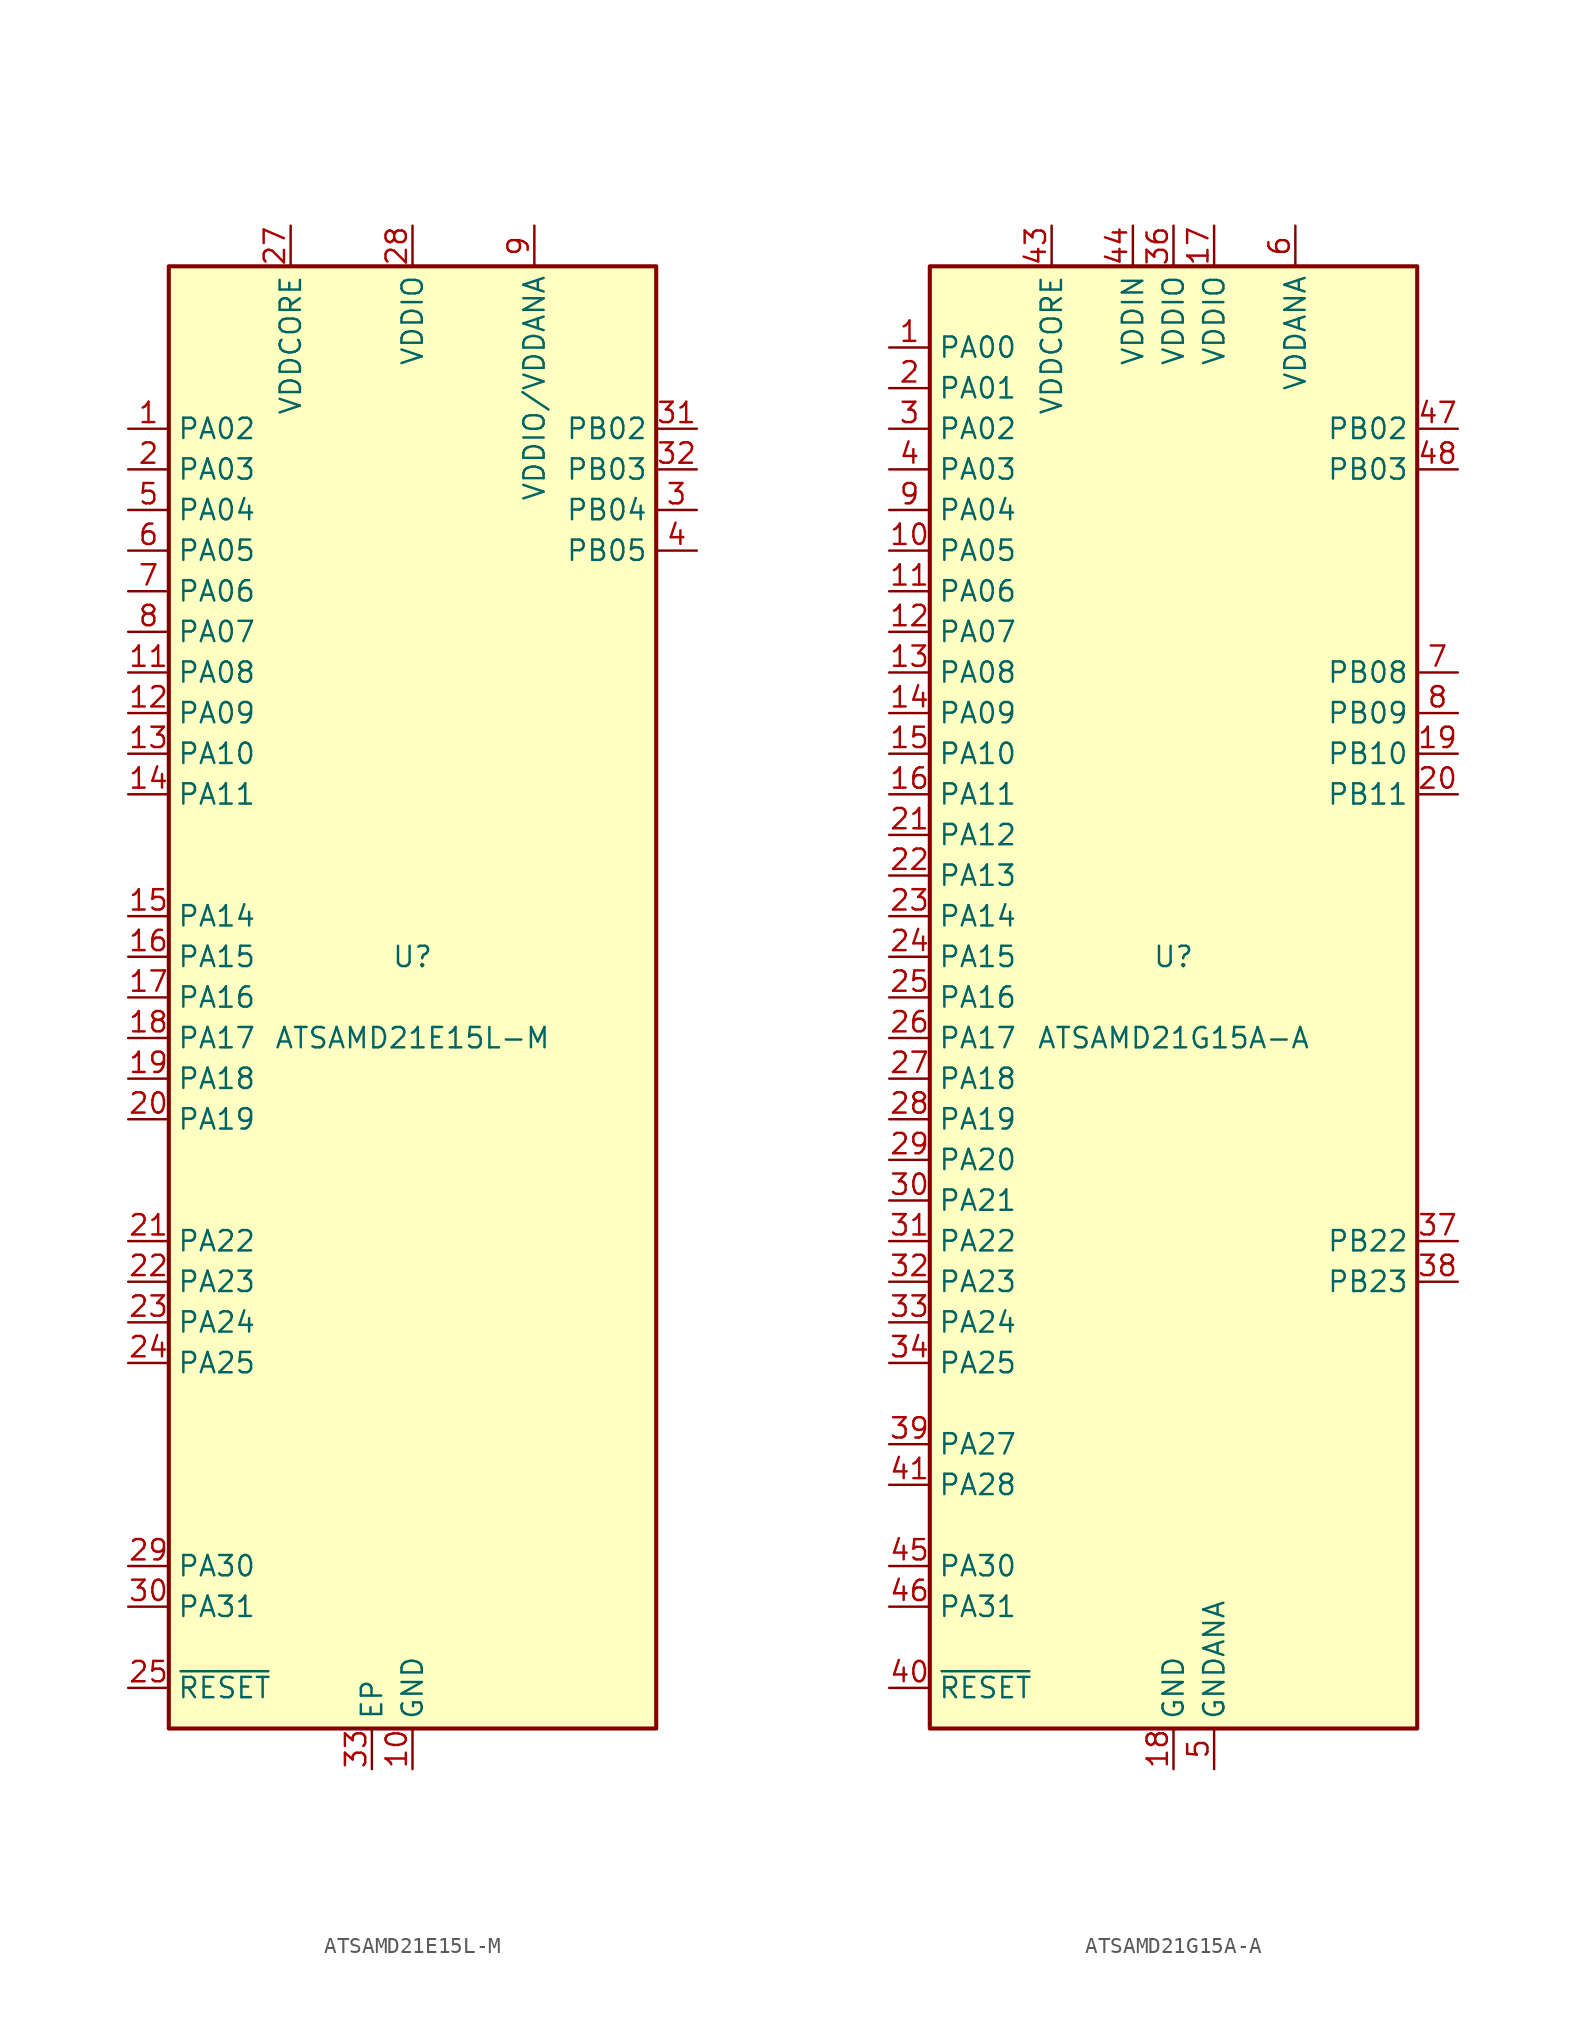
<source format=kicad_sym>
(kicad_symbol_lib
  (version 20201005)
  (generator kicad_symbol_editor)
  (symbol "MCU_Microchip_SAMD:ATSAMD21E15L-M"
    (property "Reference" "U"
      (at 0 2.54 0)
      (effects (font (size 1.27 1.27))))
    (property "Value" "ATSAMD21E15L-M"
      (at 0 -2.54 0)
      (effects (font (size 1.27 1.27))))
    (symbol "ATSAMD21E15L-M_1_1"
      (rectangle (start -15.24 45.72) (end 15.24 -45.72) (stroke (width 0.254)) (fill (type background)))
      (pin bidirectional line (at -17.78 35.56 0) (length 2.54) (name "PA02" (effects (font (size 1.27 1.27)))) (number "1" (effects (font (size 1.27 1.27)))))
      (pin power_in line (at 0 -48.26 90) (length 2.54) (name "GND" (effects (font (size 1.27 1.27)))) (number "10" (effects (font (size 1.27 1.27)))))
      (pin bidirectional line (at -17.78 20.32 0) (length 2.54) (name "PA08" (effects (font (size 1.27 1.27)))) (number "11" (effects (font (size 1.27 1.27)))))
      (pin bidirectional line (at -17.78 17.78 0) (length 2.54) (name "PA09" (effects (font (size 1.27 1.27)))) (number "12" (effects (font (size 1.27 1.27)))))
      (pin bidirectional line (at -17.78 15.24 0) (length 2.54) (name "PA10" (effects (font (size 1.27 1.27)))) (number "13" (effects (font (size 1.27 1.27)))))
      (pin bidirectional line (at -17.78 12.7 0) (length 2.54) (name "PA11" (effects (font (size 1.27 1.27)))) (number "14" (effects (font (size 1.27 1.27)))))
      (pin bidirectional line (at -17.78 5.08 0) (length 2.54) (name "PA14" (effects (font (size 1.27 1.27)))) (number "15" (effects (font (size 1.27 1.27)))))
      (pin bidirectional line (at -17.78 2.54 0) (length 2.54) (name "PA15" (effects (font (size 1.27 1.27)))) (number "16" (effects (font (size 1.27 1.27)))))
      (pin bidirectional line (at -17.78 0 0) (length 2.54) (name "PA16" (effects (font (size 1.27 1.27)))) (number "17" (effects (font (size 1.27 1.27)))))
      (pin bidirectional line (at -17.78 -2.54 0) (length 2.54) (name "PA17" (effects (font (size 1.27 1.27)))) (number "18" (effects (font (size 1.27 1.27)))))
      (pin bidirectional line (at -17.78 -5.08 0) (length 2.54) (name "PA18" (effects (font (size 1.27 1.27)))) (number "19" (effects (font (size 1.27 1.27)))))
      (pin bidirectional line (at -17.78 33.02 0) (length 2.54) (name "PA03" (effects (font (size 1.27 1.27)))) (number "2" (effects (font (size 1.27 1.27)))))
      (pin bidirectional line (at -17.78 -7.62 0) (length 2.54) (name "PA19" (effects (font (size 1.27 1.27)))) (number "20" (effects (font (size 1.27 1.27)))))
      (pin bidirectional line (at -17.78 -15.24 0) (length 2.54) (name "PA22" (effects (font (size 1.27 1.27)))) (number "21" (effects (font (size 1.27 1.27)))))
      (pin bidirectional line (at -17.78 -17.78 0) (length 2.54) (name "PA23" (effects (font (size 1.27 1.27)))) (number "22" (effects (font (size 1.27 1.27)))))
      (pin bidirectional line (at -17.78 -20.32 0) (length 2.54) (name "PA24" (effects (font (size 1.27 1.27)))) (number "23" (effects (font (size 1.27 1.27)))))
      (pin bidirectional line (at -17.78 -22.86 0) (length 2.54) (name "PA25" (effects (font (size 1.27 1.27)))) (number "24" (effects (font (size 1.27 1.27)))))
      (pin input line (at -17.78 -43.18 0) (length 2.54) (name "~RESET" (effects (font (size 1.27 1.27)))) (number "25" (effects (font (size 1.27 1.27)))))
      (pin passive line (at 0 -48.26 90) (length 2.54) hide (name "GND" (effects (font (size 1.27 1.27)))) (number "26" (effects (font (size 1.27 1.27)))))
      (pin power_out line (at -7.62 48.26 270) (length 2.54) (name "VDDCORE" (effects (font (size 1.27 1.27)))) (number "27" (effects (font (size 1.27 1.27)))))
      (pin power_in line (at 0 48.26 270) (length 2.54) (name "VDDIO" (effects (font (size 1.27 1.27)))) (number "28" (effects (font (size 1.27 1.27)))))
      (pin bidirectional line (at -17.78 -35.56 0) (length 2.54) (name "PA30" (effects (font (size 1.27 1.27)))) (number "29" (effects (font (size 1.27 1.27)))))
      (pin bidirectional line (at 17.78 30.48 180) (length 2.54) (name "PB04" (effects (font (size 1.27 1.27)))) (number "3" (effects (font (size 1.27 1.27)))))
      (pin bidirectional line (at -17.78 -38.1 0) (length 2.54) (name "PA31" (effects (font (size 1.27 1.27)))) (number "30" (effects (font (size 1.27 1.27)))))
      (pin bidirectional line (at 17.78 35.56 180) (length 2.54) (name "PB02" (effects (font (size 1.27 1.27)))) (number "31" (effects (font (size 1.27 1.27)))))
      (pin bidirectional line (at 17.78 33.02 180) (length 2.54) (name "PB03" (effects (font (size 1.27 1.27)))) (number "32" (effects (font (size 1.27 1.27)))))
      (pin passive line (at -2.54 -48.26 90) (length 2.54) (name "EP" (effects (font (size 1.27 1.27)))) (number "33" (effects (font (size 1.27 1.27)))))
      (pin bidirectional line (at 17.78 27.94 180) (length 2.54) (name "PB05" (effects (font (size 1.27 1.27)))) (number "4" (effects (font (size 1.27 1.27)))))
      (pin bidirectional line (at -17.78 30.48 0) (length 2.54) (name "PA04" (effects (font (size 1.27 1.27)))) (number "5" (effects (font (size 1.27 1.27)))))
      (pin bidirectional line (at -17.78 27.94 0) (length 2.54) (name "PA05" (effects (font (size 1.27 1.27)))) (number "6" (effects (font (size 1.27 1.27)))))
      (pin bidirectional line (at -17.78 25.4 0) (length 2.54) (name "PA06" (effects (font (size 1.27 1.27)))) (number "7" (effects (font (size 1.27 1.27)))))
      (pin bidirectional line (at -17.78 22.86 0) (length 2.54) (name "PA07" (effects (font (size 1.27 1.27)))) (number "8" (effects (font (size 1.27 1.27)))))
      (pin power_in line (at 7.62 48.26 270) (length 2.54) (name "VDDIO/VDDANA" (effects (font (size 1.27 1.27)))) (number "9" (effects (font (size 1.27 1.27)))))))
  (symbol "MCU_Microchip_SAMD:ATSAMD21G15A-A"
    (property "Reference" "U"
      (at 0 2.54 0)
      (effects (font (size 1.27 1.27))))
    (property "Value" "ATSAMD21G15A-A"
      (at 0 -2.54 0)
      (effects (font (size 1.27 1.27))))
    (symbol "ATSAMD21G15A-A_0_1"
      (rectangle (start -15.24 45.72) (end 15.24 -45.72) (stroke (width 0.254)) (fill (type background))))
    (symbol "ATSAMD21G15A-A_1_1"
      (pin bidirectional line (at -17.78 40.64 0) (length 2.54) (name "PA00" (effects (font (size 1.27 1.27)))) (number "1" (effects (font (size 1.27 1.27)))))
      (pin bidirectional line (at -17.78 27.94 0) (length 2.54) (name "PA05" (effects (font (size 1.27 1.27)))) (number "10" (effects (font (size 1.27 1.27)))))
      (pin bidirectional line (at -17.78 25.4 0) (length 2.54) (name "PA06" (effects (font (size 1.27 1.27)))) (number "11" (effects (font (size 1.27 1.27)))))
      (pin bidirectional line (at -17.78 22.86 0) (length 2.54) (name "PA07" (effects (font (size 1.27 1.27)))) (number "12" (effects (font (size 1.27 1.27)))))
      (pin bidirectional line (at -17.78 20.32 0) (length 2.54) (name "PA08" (effects (font (size 1.27 1.27)))) (number "13" (effects (font (size 1.27 1.27)))))
      (pin bidirectional line (at -17.78 17.78 0) (length 2.54) (name "PA09" (effects (font (size 1.27 1.27)))) (number "14" (effects (font (size 1.27 1.27)))))
      (pin bidirectional line (at -17.78 15.24 0) (length 2.54) (name "PA10" (effects (font (size 1.27 1.27)))) (number "15" (effects (font (size 1.27 1.27)))))
      (pin bidirectional line (at -17.78 12.7 0) (length 2.54) (name "PA11" (effects (font (size 1.27 1.27)))) (number "16" (effects (font (size 1.27 1.27)))))
      (pin power_in line (at 2.54 48.26 270) (length 2.54) (name "VDDIO" (effects (font (size 1.27 1.27)))) (number "17" (effects (font (size 1.27 1.27)))))
      (pin power_in line (at 0 -48.26 90) (length 2.54) (name "GND" (effects (font (size 1.27 1.27)))) (number "18" (effects (font (size 1.27 1.27)))))
      (pin bidirectional line (at 17.78 15.24 180) (length 2.54) (name "PB10" (effects (font (size 1.27 1.27)))) (number "19" (effects (font (size 1.27 1.27)))))
      (pin bidirectional line (at -17.78 38.1 0) (length 2.54) (name "PA01" (effects (font (size 1.27 1.27)))) (number "2" (effects (font (size 1.27 1.27)))))
      (pin bidirectional line (at 17.78 12.7 180) (length 2.54) (name "PB11" (effects (font (size 1.27 1.27)))) (number "20" (effects (font (size 1.27 1.27)))))
      (pin bidirectional line (at -17.78 10.16 0) (length 2.54) (name "PA12" (effects (font (size 1.27 1.27)))) (number "21" (effects (font (size 1.27 1.27)))))
      (pin bidirectional line (at -17.78 7.62 0) (length 2.54) (name "PA13" (effects (font (size 1.27 1.27)))) (number "22" (effects (font (size 1.27 1.27)))))
      (pin bidirectional line (at -17.78 5.08 0) (length 2.54) (name "PA14" (effects (font (size 1.27 1.27)))) (number "23" (effects (font (size 1.27 1.27)))))
      (pin bidirectional line (at -17.78 2.54 0) (length 2.54) (name "PA15" (effects (font (size 1.27 1.27)))) (number "24" (effects (font (size 1.27 1.27)))))
      (pin bidirectional line (at -17.78 0 0) (length 2.54) (name "PA16" (effects (font (size 1.27 1.27)))) (number "25" (effects (font (size 1.27 1.27)))))
      (pin bidirectional line (at -17.78 -2.54 0) (length 2.54) (name "PA17" (effects (font (size 1.27 1.27)))) (number "26" (effects (font (size 1.27 1.27)))))
      (pin bidirectional line (at -17.78 -5.08 0) (length 2.54) (name "PA18" (effects (font (size 1.27 1.27)))) (number "27" (effects (font (size 1.27 1.27)))))
      (pin bidirectional line (at -17.78 -7.62 0) (length 2.54) (name "PA19" (effects (font (size 1.27 1.27)))) (number "28" (effects (font (size 1.27 1.27)))))
      (pin bidirectional line (at -17.78 -10.16 0) (length 2.54) (name "PA20" (effects (font (size 1.27 1.27)))) (number "29" (effects (font (size 1.27 1.27)))))
      (pin bidirectional line (at -17.78 35.56 0) (length 2.54) (name "PA02" (effects (font (size 1.27 1.27)))) (number "3" (effects (font (size 1.27 1.27)))))
      (pin bidirectional line (at -17.78 -12.7 0) (length 2.54) (name "PA21" (effects (font (size 1.27 1.27)))) (number "30" (effects (font (size 1.27 1.27)))))
      (pin bidirectional line (at -17.78 -15.24 0) (length 2.54) (name "PA22" (effects (font (size 1.27 1.27)))) (number "31" (effects (font (size 1.27 1.27)))))
      (pin bidirectional line (at -17.78 -17.78 0) (length 2.54) (name "PA23" (effects (font (size 1.27 1.27)))) (number "32" (effects (font (size 1.27 1.27)))))
      (pin bidirectional line (at -17.78 -20.32 0) (length 2.54) (name "PA24" (effects (font (size 1.27 1.27)))) (number "33" (effects (font (size 1.27 1.27)))))
      (pin bidirectional line (at -17.78 -22.86 0) (length 2.54) (name "PA25" (effects (font (size 1.27 1.27)))) (number "34" (effects (font (size 1.27 1.27)))))
      (pin passive line (at 0 -48.26 90) (length 2.54) hide (name "GND" (effects (font (size 1.27 1.27)))) (number "35" (effects (font (size 1.27 1.27)))))
      (pin power_in line (at 0 48.26 270) (length 2.54) (name "VDDIO" (effects (font (size 1.27 1.27)))) (number "36" (effects (font (size 1.27 1.27)))))
      (pin bidirectional line (at 17.78 -15.24 180) (length 2.54) (name "PB22" (effects (font (size 1.27 1.27)))) (number "37" (effects (font (size 1.27 1.27)))))
      (pin bidirectional line (at 17.78 -17.78 180) (length 2.54) (name "PB23" (effects (font (size 1.27 1.27)))) (number "38" (effects (font (size 1.27 1.27)))))
      (pin bidirectional line (at -17.78 -27.94 0) (length 2.54) (name "PA27" (effects (font (size 1.27 1.27)))) (number "39" (effects (font (size 1.27 1.27)))))
      (pin bidirectional line (at -17.78 33.02 0) (length 2.54) (name "PA03" (effects (font (size 1.27 1.27)))) (number "4" (effects (font (size 1.27 1.27)))))
      (pin input line (at -17.78 -43.18 0) (length 2.54) (name "~RESET" (effects (font (size 1.27 1.27)))) (number "40" (effects (font (size 1.27 1.27)))))
      (pin bidirectional line (at -17.78 -30.48 0) (length 2.54) (name "PA28" (effects (font (size 1.27 1.27)))) (number "41" (effects (font (size 1.27 1.27)))))
      (pin passive line (at 0 -48.26 90) (length 2.54) hide (name "GND" (effects (font (size 1.27 1.27)))) (number "42" (effects (font (size 1.27 1.27)))))
      (pin power_out line (at -7.62 48.26 270) (length 2.54) (name "VDDCORE" (effects (font (size 1.27 1.27)))) (number "43" (effects (font (size 1.27 1.27)))))
      (pin power_in line (at -2.54 48.26 270) (length 2.54) (name "VDDIN" (effects (font (size 1.27 1.27)))) (number "44" (effects (font (size 1.27 1.27)))))
      (pin bidirectional line (at -17.78 -35.56 0) (length 2.54) (name "PA30" (effects (font (size 1.27 1.27)))) (number "45" (effects (font (size 1.27 1.27)))))
      (pin bidirectional line (at -17.78 -38.1 0) (length 2.54) (name "PA31" (effects (font (size 1.27 1.27)))) (number "46" (effects (font (size 1.27 1.27)))))
      (pin bidirectional line (at 17.78 35.56 180) (length 2.54) (name "PB02" (effects (font (size 1.27 1.27)))) (number "47" (effects (font (size 1.27 1.27)))))
      (pin bidirectional line (at 17.78 33.02 180) (length 2.54) (name "PB03" (effects (font (size 1.27 1.27)))) (number "48" (effects (font (size 1.27 1.27)))))
      (pin power_in line (at 2.54 -48.26 90) (length 2.54) (name "GNDANA" (effects (font (size 1.27 1.27)))) (number "5" (effects (font (size 1.27 1.27)))))
      (pin power_in line (at 7.62 48.26 270) (length 2.54) (name "VDDANA" (effects (font (size 1.27 1.27)))) (number "6" (effects (font (size 1.27 1.27)))))
      (pin bidirectional line (at 17.78 20.32 180) (length 2.54) (name "PB08" (effects (font (size 1.27 1.27)))) (number "7" (effects (font (size 1.27 1.27)))))
      (pin bidirectional line (at 17.78 17.78 180) (length 2.54) (name "PB09" (effects (font (size 1.27 1.27)))) (number "8" (effects (font (size 1.27 1.27)))))
      (pin bidirectional line (at -17.78 30.48 0) (length 2.54) (name "PA04" (effects (font (size 1.27 1.27)))) (number "9" (effects (font (size 1.27 1.27))))))))
</source>
